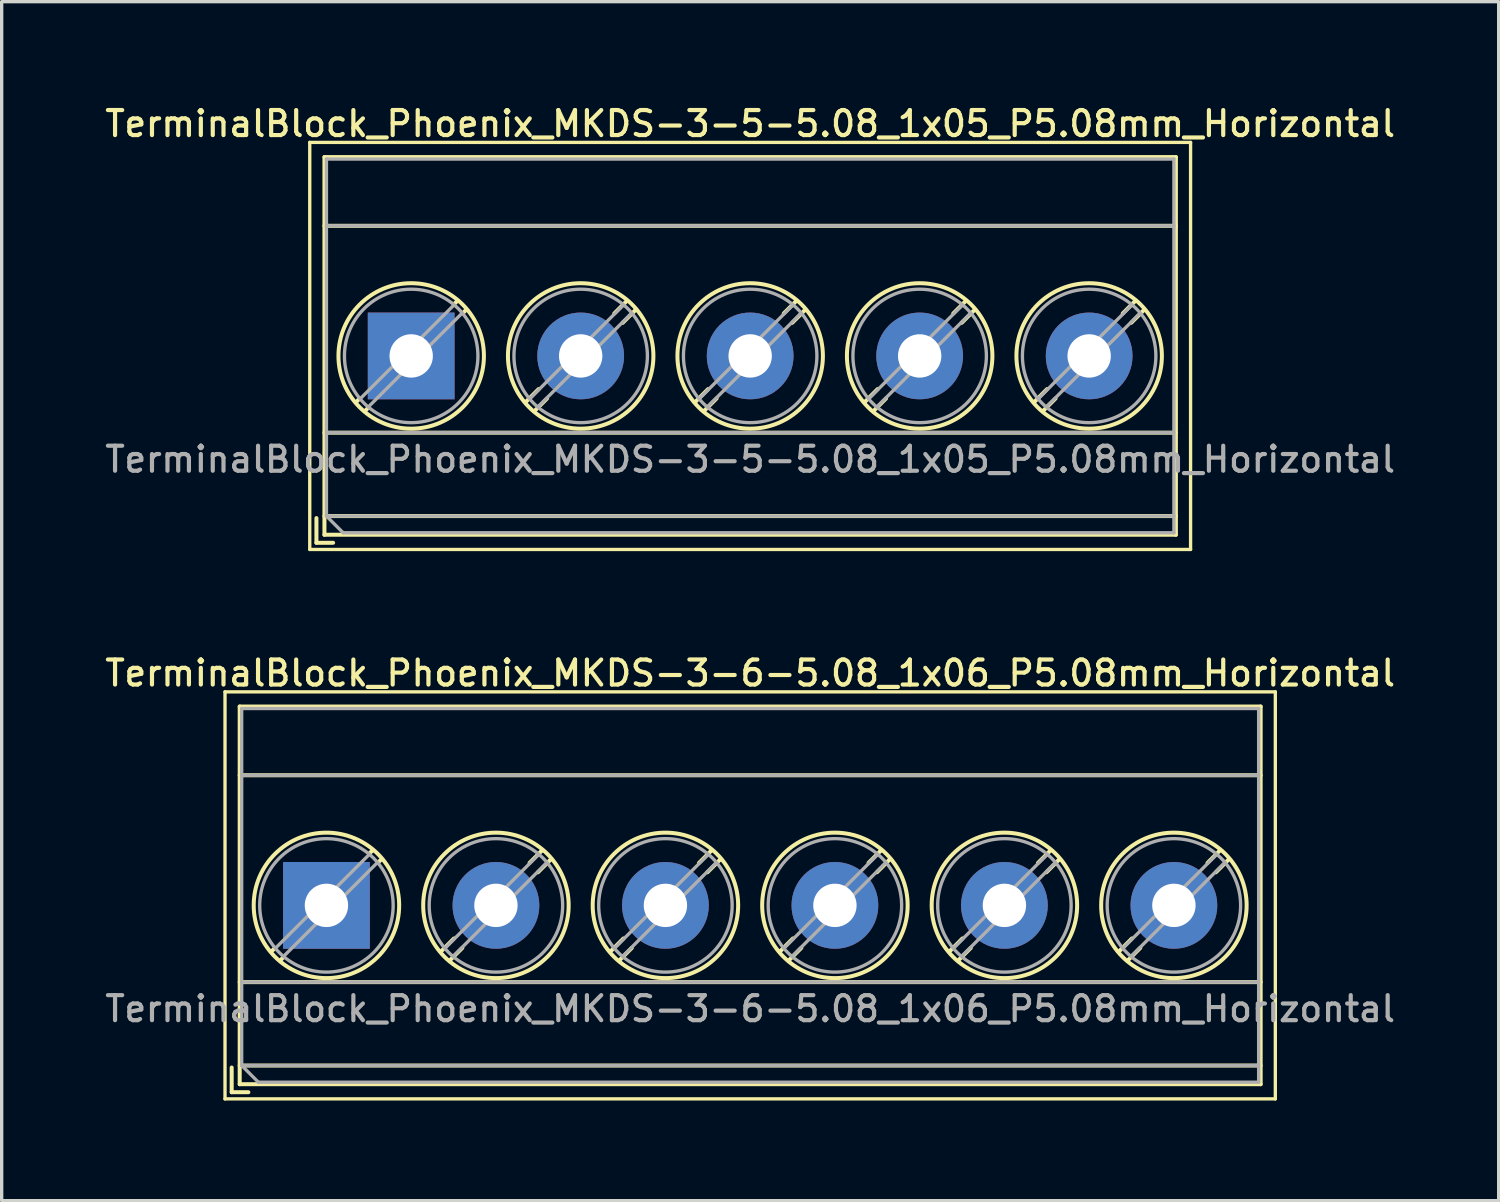
<source format=kicad_pcb>
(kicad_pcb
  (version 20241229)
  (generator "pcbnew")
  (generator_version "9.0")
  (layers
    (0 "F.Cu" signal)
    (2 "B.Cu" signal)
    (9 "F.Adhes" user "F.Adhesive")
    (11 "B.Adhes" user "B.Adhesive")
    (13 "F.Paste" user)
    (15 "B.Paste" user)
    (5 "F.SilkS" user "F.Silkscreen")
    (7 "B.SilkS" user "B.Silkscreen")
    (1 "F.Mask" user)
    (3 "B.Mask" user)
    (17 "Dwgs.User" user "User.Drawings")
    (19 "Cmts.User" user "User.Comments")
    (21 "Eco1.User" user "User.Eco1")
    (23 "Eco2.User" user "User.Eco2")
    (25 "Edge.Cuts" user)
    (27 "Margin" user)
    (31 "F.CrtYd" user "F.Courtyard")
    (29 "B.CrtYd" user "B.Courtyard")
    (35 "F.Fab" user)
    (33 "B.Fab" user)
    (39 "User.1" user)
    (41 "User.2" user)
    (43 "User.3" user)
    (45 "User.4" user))
  (footprint "TerminalBlock_Phoenix_MKDS-3-5-5.08_1x05_P5.08mm_Horizontal"
    (layer "F.Cu")
    (at 9.274 7.618)
    (property "Reference" "TerminalBlock_Phoenix_MKDS-3-5-5.08_1x05_P5.08mm_Horizontal" (at 10.16 -6.96 0) (layer "F.SilkS") (effects (font (size 0.75 0.75) (thickness 0.125))))
    (attr through_hole)
    (fp_line (start -3.04 -6.4) (end -3.04 5.8) (stroke (width 0.1) (type solid)) (layer "F.SilkS"))
    (fp_line (start -3.04 5.8) (end 23.36 5.8) (stroke (width 0.1) (type solid)) (layer "F.SilkS"))
    (fp_line (start -2.84 4.86) (end -2.84 5.6) (stroke (width 0.12) (type solid)) (layer "F.SilkS"))
    (fp_line (start -2.84 5.6) (end -2.34 5.6) (stroke (width 0.12) (type solid)) (layer "F.SilkS"))
    (fp_line (start -2.6 -5.96) (end -2.6 5.36) (stroke (width 0.12) (type solid)) (layer "F.SilkS"))
    (fp_line (start -2.6 -5.96) (end 22.92 -5.96) (stroke (width 0.12) (type solid)) (layer "F.SilkS"))
    (fp_line (start -2.6 -3.9) (end 22.92 -3.9) (stroke (width 0.12) (type solid)) (layer "F.SilkS"))
    (fp_line (start -2.6 2.3) (end 22.92 2.3) (stroke (width 0.12) (type solid)) (layer "F.SilkS"))
    (fp_line (start -2.6 4.8) (end 22.92 4.8) (stroke (width 0.12) (type solid)) (layer "F.SilkS"))
    (fp_line (start -2.6 5.36) (end 22.92 5.36) (stroke (width 0.12) (type solid)) (layer "F.SilkS"))
    (fp_line (start -1.548 1.281) (end -1.654 1.388) (stroke (width 0.12) (type solid)) (layer "F.SilkS"))
    (fp_line (start -1.282 1.547) (end -1.388 1.654) (stroke (width 0.12) (type solid)) (layer "F.SilkS"))
    (fp_line (start 1.388 -1.654) (end 1.281 -1.547) (stroke (width 0.12) (type solid)) (layer "F.SilkS"))
    (fp_line (start 1.654 -1.388) (end 1.547 -1.281) (stroke (width 0.12) (type solid)) (layer "F.SilkS"))
    (fp_line (start 3.822 0.992) (end 3.427 1.388) (stroke (width 0.12) (type solid)) (layer "F.SilkS"))
    (fp_line (start 4.073 1.274) (end 3.693 1.654) (stroke (width 0.12) (type solid)) (layer "F.SilkS"))
    (fp_line (start 6.468 -1.654) (end 6.088 -1.274) (stroke (width 0.12) (type solid)) (layer "F.SilkS"))
    (fp_line (start 6.734 -1.388) (end 6.339 -0.992) (stroke (width 0.12) (type solid)) (layer "F.SilkS"))
    (fp_line (start 8.902 0.992) (end 8.507 1.388) (stroke (width 0.12) (type solid)) (layer "F.SilkS"))
    (fp_line (start 9.153 1.274) (end 8.773 1.654) (stroke (width 0.12) (type solid)) (layer "F.SilkS"))
    (fp_line (start 11.548 -1.654) (end 11.168 -1.274) (stroke (width 0.12) (type solid)) (layer "F.SilkS"))
    (fp_line (start 11.814 -1.388) (end 11.419 -0.992) (stroke (width 0.12) (type solid)) (layer "F.SilkS"))
    (fp_line (start 13.982 0.992) (end 13.587 1.388) (stroke (width 0.12) (type solid)) (layer "F.SilkS"))
    (fp_line (start 14.233 1.274) (end 13.853 1.654) (stroke (width 0.12) (type solid)) (layer "F.SilkS"))
    (fp_line (start 16.628 -1.654) (end 16.248 -1.274) (stroke (width 0.12) (type solid)) (layer "F.SilkS"))
    (fp_line (start 16.894 -1.388) (end 16.499 -0.992) (stroke (width 0.12) (type solid)) (layer "F.SilkS"))
    (fp_line (start 19.062 0.992) (end 18.667 1.388) (stroke (width 0.12) (type solid)) (layer "F.SilkS"))
    (fp_line (start 19.313 1.274) (end 18.933 1.654) (stroke (width 0.12) (type solid)) (layer "F.SilkS"))
    (fp_line (start 21.708 -1.654) (end 21.328 -1.274) (stroke (width 0.12) (type solid)) (layer "F.SilkS"))
    (fp_line (start 21.974 -1.388) (end 21.579 -0.992) (stroke (width 0.12) (type solid)) (layer "F.SilkS"))
    (fp_line (start 22.92 -5.96) (end 22.92 5.36) (stroke (width 0.12) (type solid)) (layer "F.SilkS"))
    (fp_line (start 23.36 -6.4) (end -3.04 -6.4) (stroke (width 0.1) (type solid)) (layer "F.SilkS"))
    (fp_line (start 23.36 5.8) (end 23.36 -6.4) (stroke (width 0.1) (type solid)) (layer "F.SilkS"))
    (fp_circle (center 0 0) (end 2.18 0) (stroke (width 0.12) (type solid)) (fill no) (layer "F.SilkS"))
    (fp_circle (center 5.08 0) (end 7.26 0) (stroke (width 0.12) (type solid)) (fill no) (layer "F.SilkS"))
    (fp_circle (center 10.16 0) (end 12.34 0) (stroke (width 0.12) (type solid)) (fill no) (layer "F.SilkS"))
    (fp_circle (center 15.24 0) (end 17.42 0) (stroke (width 0.12) (type solid)) (fill no) (layer "F.SilkS"))
    (fp_circle (center 20.32 0) (end 22.5 0) (stroke (width 0.12) (type solid)) (fill no) (layer "F.SilkS"))
    (fp_line (start -2.54 -5.9) (end 22.86 -5.9) (stroke (width 0.1) (type solid)) (layer "F.Fab"))
    (fp_line (start -2.54 -3.9) (end 22.86 -3.9) (stroke (width 0.1) (type solid)) (layer "F.Fab"))
    (fp_line (start -2.54 2.3) (end 22.86 2.3) (stroke (width 0.1) (type solid)) (layer "F.Fab"))
    (fp_line (start -2.54 4.8) (end -2.54 -5.9) (stroke (width 0.1) (type solid)) (layer "F.Fab"))
    (fp_line (start -2.54 4.8) (end 22.86 4.8) (stroke (width 0.1) (type solid)) (layer "F.Fab"))
    (fp_line (start -2.04 5.3) (end -2.54 4.8) (stroke (width 0.1) (type solid)) (layer "F.Fab"))
    (fp_line (start 1.273 -1.517) (end -1.517 1.273) (stroke (width 0.1) (type solid)) (layer "F.Fab"))
    (fp_line (start 1.517 -1.273) (end -1.273 1.517) (stroke (width 0.1) (type solid)) (layer "F.Fab"))
    (fp_line (start 6.353 -1.517) (end 3.564 1.273) (stroke (width 0.1) (type solid)) (layer "F.Fab"))
    (fp_line (start 6.597 -1.273) (end 3.808 1.517) (stroke (width 0.1) (type solid)) (layer "F.Fab"))
    (fp_line (start 11.433 -1.517) (end 8.644 1.273) (stroke (width 0.1) (type solid)) (layer "F.Fab"))
    (fp_line (start 11.677 -1.273) (end 8.888 1.517) (stroke (width 0.1) (type solid)) (layer "F.Fab"))
    (fp_line (start 16.513 -1.517) (end 13.724 1.273) (stroke (width 0.1) (type solid)) (layer "F.Fab"))
    (fp_line (start 16.757 -1.273) (end 13.968 1.517) (stroke (width 0.1) (type solid)) (layer "F.Fab"))
    (fp_line (start 21.593 -1.517) (end 18.804 1.273) (stroke (width 0.1) (type solid)) (layer "F.Fab"))
    (fp_line (start 21.837 -1.273) (end 19.048 1.517) (stroke (width 0.1) (type solid)) (layer "F.Fab"))
    (fp_line (start 22.86 -5.9) (end 22.86 5.3) (stroke (width 0.1) (type solid)) (layer "F.Fab"))
    (fp_line (start 22.86 5.3) (end -2.04 5.3) (stroke (width 0.1) (type solid)) (layer "F.Fab"))
    (fp_circle (center 0 0) (end 2 0) (stroke (width 0.1) (type solid)) (fill no) (layer "F.Fab"))
    (fp_circle (center 5.08 0) (end 7.08 0) (stroke (width 0.1) (type solid)) (fill no) (layer "F.Fab"))
    (fp_circle (center 10.16 0) (end 12.16 0) (stroke (width 0.1) (type solid)) (fill no) (layer "F.Fab"))
    (fp_circle (center 15.24 0) (end 17.24 0) (stroke (width 0.1) (type solid)) (fill no) (layer "F.Fab"))
    (fp_circle (center 20.32 0) (end 22.32 0) (stroke (width 0.1) (type solid)) (fill no) (layer "F.Fab"))
    (fp_text user "${REFERENCE}" (at 10.16 3.1 0) (layer "F.Fab") (effects (font (size 0.75 0.75) (thickness 0.125))))
    (pad "1" thru_hole rect (at 0 0) (size 2.6 2.6) (drill 1.3) (layers "*.Cu" "*.Mask"))
    (pad "2" thru_hole circle (at 5.08 0) (size 2.6 2.6) (drill 1.3) (layers "*.Cu" "*.Mask"))
    (pad "3" thru_hole circle (at 10.16 0) (size 2.6 2.6) (drill 1.3) (layers "*.Cu" "*.Mask"))
    (pad "4" thru_hole circle (at 15.24 0) (size 2.6 2.6) (drill 1.3) (layers "*.Cu" "*.Mask"))
    (pad "5" thru_hole circle (at 20.32 0) (size 2.6 2.6) (drill 1.3) (layers "*.Cu" "*.Mask")))
  (footprint "TerminalBlock_Phoenix_MKDS-3-6-5.08_1x06_P5.08mm_Horizontal"
    (layer "F.Cu")
    (at 6.734 24.086)
    (property "Reference" "TerminalBlock_Phoenix_MKDS-3-6-5.08_1x06_P5.08mm_Horizontal" (at 12.7 -6.96 0) (layer "F.SilkS") (effects (font (size 0.75 0.75) (thickness 0.125))))
    (attr through_hole)
    (fp_line (start -3.04 -6.4) (end -3.04 5.8) (stroke (width 0.1) (type solid)) (layer "F.SilkS"))
    (fp_line (start -3.04 5.8) (end 28.44 5.8) (stroke (width 0.1) (type solid)) (layer "F.SilkS"))
    (fp_line (start -2.84 4.86) (end -2.84 5.6) (stroke (width 0.12) (type solid)) (layer "F.SilkS"))
    (fp_line (start -2.84 5.6) (end -2.34 5.6) (stroke (width 0.12) (type solid)) (layer "F.SilkS"))
    (fp_line (start -2.6 -5.96) (end -2.6 5.36) (stroke (width 0.12) (type solid)) (layer "F.SilkS"))
    (fp_line (start -2.6 -5.96) (end 28 -5.96) (stroke (width 0.12) (type solid)) (layer "F.SilkS"))
    (fp_line (start -2.6 -3.9) (end 28 -3.9) (stroke (width 0.12) (type solid)) (layer "F.SilkS"))
    (fp_line (start -2.6 2.3) (end 28 2.3) (stroke (width 0.12) (type solid)) (layer "F.SilkS"))
    (fp_line (start -2.6 4.8) (end 28 4.8) (stroke (width 0.12) (type solid)) (layer "F.SilkS"))
    (fp_line (start -2.6 5.36) (end 28 5.36) (stroke (width 0.12) (type solid)) (layer "F.SilkS"))
    (fp_line (start -1.548 1.281) (end -1.654 1.388) (stroke (width 0.12) (type solid)) (layer "F.SilkS"))
    (fp_line (start -1.282 1.547) (end -1.388 1.654) (stroke (width 0.12) (type solid)) (layer "F.SilkS"))
    (fp_line (start 1.388 -1.654) (end 1.281 -1.547) (stroke (width 0.12) (type solid)) (layer "F.SilkS"))
    (fp_line (start 1.654 -1.388) (end 1.547 -1.281) (stroke (width 0.12) (type solid)) (layer "F.SilkS"))
    (fp_line (start 3.822 0.992) (end 3.427 1.388) (stroke (width 0.12) (type solid)) (layer "F.SilkS"))
    (fp_line (start 4.073 1.274) (end 3.693 1.654) (stroke (width 0.12) (type solid)) (layer "F.SilkS"))
    (fp_line (start 6.468 -1.654) (end 6.088 -1.274) (stroke (width 0.12) (type solid)) (layer "F.SilkS"))
    (fp_line (start 6.734 -1.388) (end 6.339 -0.992) (stroke (width 0.12) (type solid)) (layer "F.SilkS"))
    (fp_line (start 8.902 0.992) (end 8.507 1.388) (stroke (width 0.12) (type solid)) (layer "F.SilkS"))
    (fp_line (start 9.153 1.274) (end 8.773 1.654) (stroke (width 0.12) (type solid)) (layer "F.SilkS"))
    (fp_line (start 11.548 -1.654) (end 11.168 -1.274) (stroke (width 0.12) (type solid)) (layer "F.SilkS"))
    (fp_line (start 11.814 -1.388) (end 11.419 -0.992) (stroke (width 0.12) (type solid)) (layer "F.SilkS"))
    (fp_line (start 13.982 0.992) (end 13.587 1.388) (stroke (width 0.12) (type solid)) (layer "F.SilkS"))
    (fp_line (start 14.233 1.274) (end 13.853 1.654) (stroke (width 0.12) (type solid)) (layer "F.SilkS"))
    (fp_line (start 16.628 -1.654) (end 16.248 -1.274) (stroke (width 0.12) (type solid)) (layer "F.SilkS"))
    (fp_line (start 16.894 -1.388) (end 16.499 -0.992) (stroke (width 0.12) (type solid)) (layer "F.SilkS"))
    (fp_line (start 19.062 0.992) (end 18.667 1.388) (stroke (width 0.12) (type solid)) (layer "F.SilkS"))
    (fp_line (start 19.313 1.274) (end 18.933 1.654) (stroke (width 0.12) (type solid)) (layer "F.SilkS"))
    (fp_line (start 21.708 -1.654) (end 21.328 -1.274) (stroke (width 0.12) (type solid)) (layer "F.SilkS"))
    (fp_line (start 21.974 -1.388) (end 21.579 -0.992) (stroke (width 0.12) (type solid)) (layer "F.SilkS"))
    (fp_line (start 24.142 0.992) (end 23.747 1.388) (stroke (width 0.12) (type solid)) (layer "F.SilkS"))
    (fp_line (start 24.393 1.274) (end 24.013 1.654) (stroke (width 0.12) (type solid)) (layer "F.SilkS"))
    (fp_line (start 26.788 -1.654) (end 26.408 -1.274) (stroke (width 0.12) (type solid)) (layer "F.SilkS"))
    (fp_line (start 27.054 -1.388) (end 26.659 -0.992) (stroke (width 0.12) (type solid)) (layer "F.SilkS"))
    (fp_line (start 28 -5.96) (end 28 5.36) (stroke (width 0.12) (type solid)) (layer "F.SilkS"))
    (fp_line (start 28.44 -6.4) (end -3.04 -6.4) (stroke (width 0.1) (type solid)) (layer "F.SilkS"))
    (fp_line (start 28.44 5.8) (end 28.44 -6.4) (stroke (width 0.1) (type solid)) (layer "F.SilkS"))
    (fp_circle (center 0 0) (end 2.18 0) (stroke (width 0.12) (type solid)) (fill no) (layer "F.SilkS"))
    (fp_circle (center 5.08 0) (end 7.26 0) (stroke (width 0.12) (type solid)) (fill no) (layer "F.SilkS"))
    (fp_circle (center 10.16 0) (end 12.34 0) (stroke (width 0.12) (type solid)) (fill no) (layer "F.SilkS"))
    (fp_circle (center 15.24 0) (end 17.42 0) (stroke (width 0.12) (type solid)) (fill no) (layer "F.SilkS"))
    (fp_circle (center 20.32 0) (end 22.5 0) (stroke (width 0.12) (type solid)) (fill no) (layer "F.SilkS"))
    (fp_circle (center 25.4 0) (end 27.58 0) (stroke (width 0.12) (type solid)) (fill no) (layer "F.SilkS"))
    (fp_line (start -2.54 -5.9) (end 27.94 -5.9) (stroke (width 0.1) (type solid)) (layer "F.Fab"))
    (fp_line (start -2.54 -3.9) (end 27.94 -3.9) (stroke (width 0.1) (type solid)) (layer "F.Fab"))
    (fp_line (start -2.54 2.3) (end 27.94 2.3) (stroke (width 0.1) (type solid)) (layer "F.Fab"))
    (fp_line (start -2.54 4.8) (end -2.54 -5.9) (stroke (width 0.1) (type solid)) (layer "F.Fab"))
    (fp_line (start -2.54 4.8) (end 27.94 4.8) (stroke (width 0.1) (type solid)) (layer "F.Fab"))
    (fp_line (start -2.04 5.3) (end -2.54 4.8) (stroke (width 0.1) (type solid)) (layer "F.Fab"))
    (fp_line (start 1.273 -1.517) (end -1.517 1.273) (stroke (width 0.1) (type solid)) (layer "F.Fab"))
    (fp_line (start 1.517 -1.273) (end -1.273 1.517) (stroke (width 0.1) (type solid)) (layer "F.Fab"))
    (fp_line (start 6.353 -1.517) (end 3.564 1.273) (stroke (width 0.1) (type solid)) (layer "F.Fab"))
    (fp_line (start 6.597 -1.273) (end 3.808 1.517) (stroke (width 0.1) (type solid)) (layer "F.Fab"))
    (fp_line (start 11.433 -1.517) (end 8.644 1.273) (stroke (width 0.1) (type solid)) (layer "F.Fab"))
    (fp_line (start 11.677 -1.273) (end 8.888 1.517) (stroke (width 0.1) (type solid)) (layer "F.Fab"))
    (fp_line (start 16.513 -1.517) (end 13.724 1.273) (stroke (width 0.1) (type solid)) (layer "F.Fab"))
    (fp_line (start 16.757 -1.273) (end 13.968 1.517) (stroke (width 0.1) (type solid)) (layer "F.Fab"))
    (fp_line (start 21.593 -1.517) (end 18.804 1.273) (stroke (width 0.1) (type solid)) (layer "F.Fab"))
    (fp_line (start 21.837 -1.273) (end 19.048 1.517) (stroke (width 0.1) (type solid)) (layer "F.Fab"))
    (fp_line (start 26.673 -1.517) (end 23.884 1.273) (stroke (width 0.1) (type solid)) (layer "F.Fab"))
    (fp_line (start 26.917 -1.273) (end 24.128 1.517) (stroke (width 0.1) (type solid)) (layer "F.Fab"))
    (fp_line (start 27.94 -5.9) (end 27.94 5.3) (stroke (width 0.1) (type solid)) (layer "F.Fab"))
    (fp_line (start 27.94 5.3) (end -2.04 5.3) (stroke (width 0.1) (type solid)) (layer "F.Fab"))
    (fp_circle (center 0 0) (end 2 0) (stroke (width 0.1) (type solid)) (fill no) (layer "F.Fab"))
    (fp_circle (center 5.08 0) (end 7.08 0) (stroke (width 0.1) (type solid)) (fill no) (layer "F.Fab"))
    (fp_circle (center 10.16 0) (end 12.16 0) (stroke (width 0.1) (type solid)) (fill no) (layer "F.Fab"))
    (fp_circle (center 15.24 0) (end 17.24 0) (stroke (width 0.1) (type solid)) (fill no) (layer "F.Fab"))
    (fp_circle (center 20.32 0) (end 22.32 0) (stroke (width 0.1) (type solid)) (fill no) (layer "F.Fab"))
    (fp_circle (center 25.4 0) (end 27.4 0) (stroke (width 0.1) (type solid)) (fill no) (layer "F.Fab"))
    (fp_text user "${REFERENCE}" (at 12.7 3.1 0) (layer "F.Fab") (effects (font (size 0.75 0.75) (thickness 0.125))))
    (pad "1" thru_hole rect (at 0 0) (size 2.6 2.6) (drill 1.3) (layers "*.Cu" "*.Mask"))
    (pad "2" thru_hole circle (at 5.08 0) (size 2.6 2.6) (drill 1.3) (layers "*.Cu" "*.Mask"))
    (pad "3" thru_hole circle (at 10.16 0) (size 2.6 2.6) (drill 1.3) (layers "*.Cu" "*.Mask"))
    (pad "4" thru_hole circle (at 15.24 0) (size 2.6 2.6) (drill 1.3) (layers "*.Cu" "*.Mask"))
    (pad "5" thru_hole circle (at 20.32 0) (size 2.6 2.6) (drill 1.3) (layers "*.Cu" "*.Mask"))
    (pad "6" thru_hole circle (at 25.4 0) (size 2.6 2.6) (drill 1.3) (layers "*.Cu" "*.Mask")))
  (gr_rect
    (start -3 -3)
    (end 41.868 32.936)
    (stroke (width 0.1) (type default))
    (fill no)
    (layer "Edge.Cuts")))
</source>
